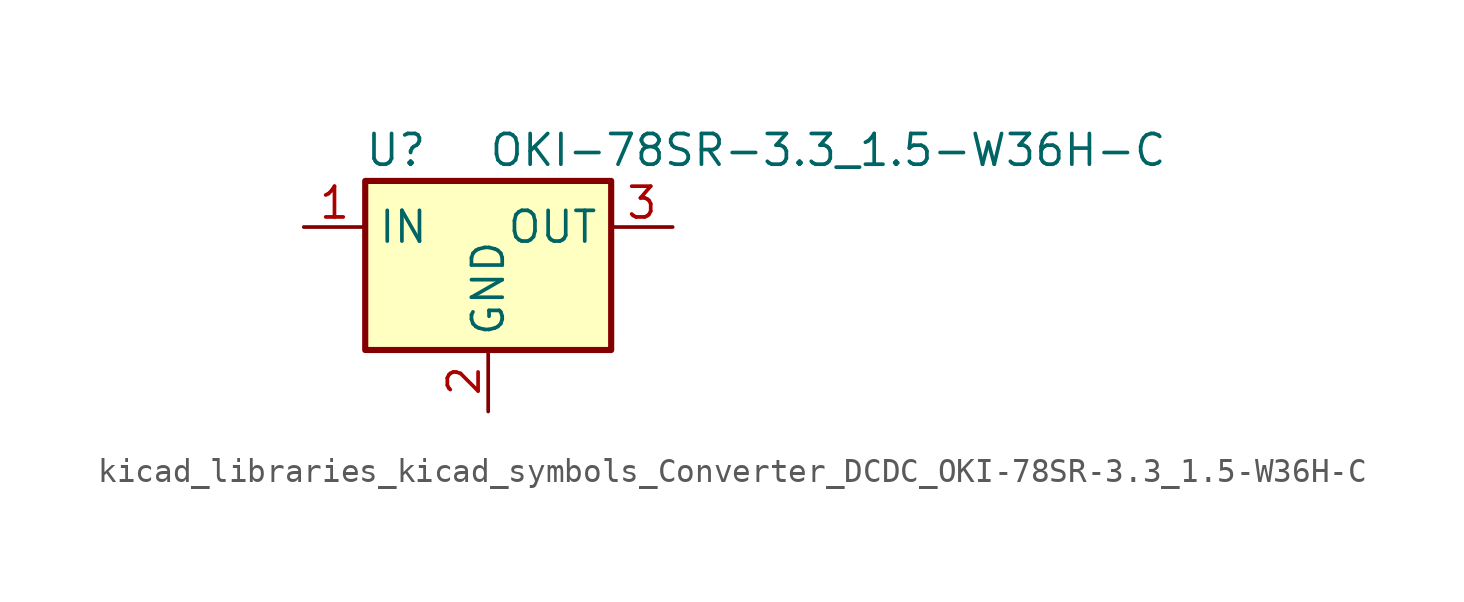
<source format=kicad_sym>
(kicad_symbol_lib
  (version 20220914)
  (generator kicad_symbol_editor)
  (symbol "kicad_libraries_kicad_symbols_Converter_DCDC_OKI-78SR-3.3_1.5-W36H-C"
    (property "Reference" "U"
      (at -3.81 3.175 0)
      (effects (font (size 1.27 1.27))))
    (property "Value" "OKI-78SR-3.3_1.5-W36H-C"
      (at 0 3.175 0)
      (effects (font (size 1.27 1.27)) (justify left)))
    (symbol "kicad_libraries_kicad_symbols_Converter_DCDC_OKI-78SR-3.3_1.5-W36H-C_0_1"
      (rectangle (start -5.08 1.905) (end 5.08 -5.08) (stroke (width 0.254) (type default)) (fill (type background))))
    (symbol "kicad_libraries_kicad_symbols_Converter_DCDC_OKI-78SR-3.3_1.5-W36H-C_1_1"
      (pin power_in line (at -7.62 0 0) (length 2.54) (name "IN" (effects (font (size 1.27 1.27)))) (number "1" (effects (font (size 1.27 1.27)))))
      (pin power_in line (at 0 -7.62 90) (length 2.54) (name "GND" (effects (font (size 1.27 1.27)))) (number "2" (effects (font (size 1.27 1.27)))))
      (pin power_out line (at 7.62 0 180) (length 2.54) (name "OUT" (effects (font (size 1.27 1.27)))) (number "3" (effects (font (size 1.27 1.27))))))))
</source>
